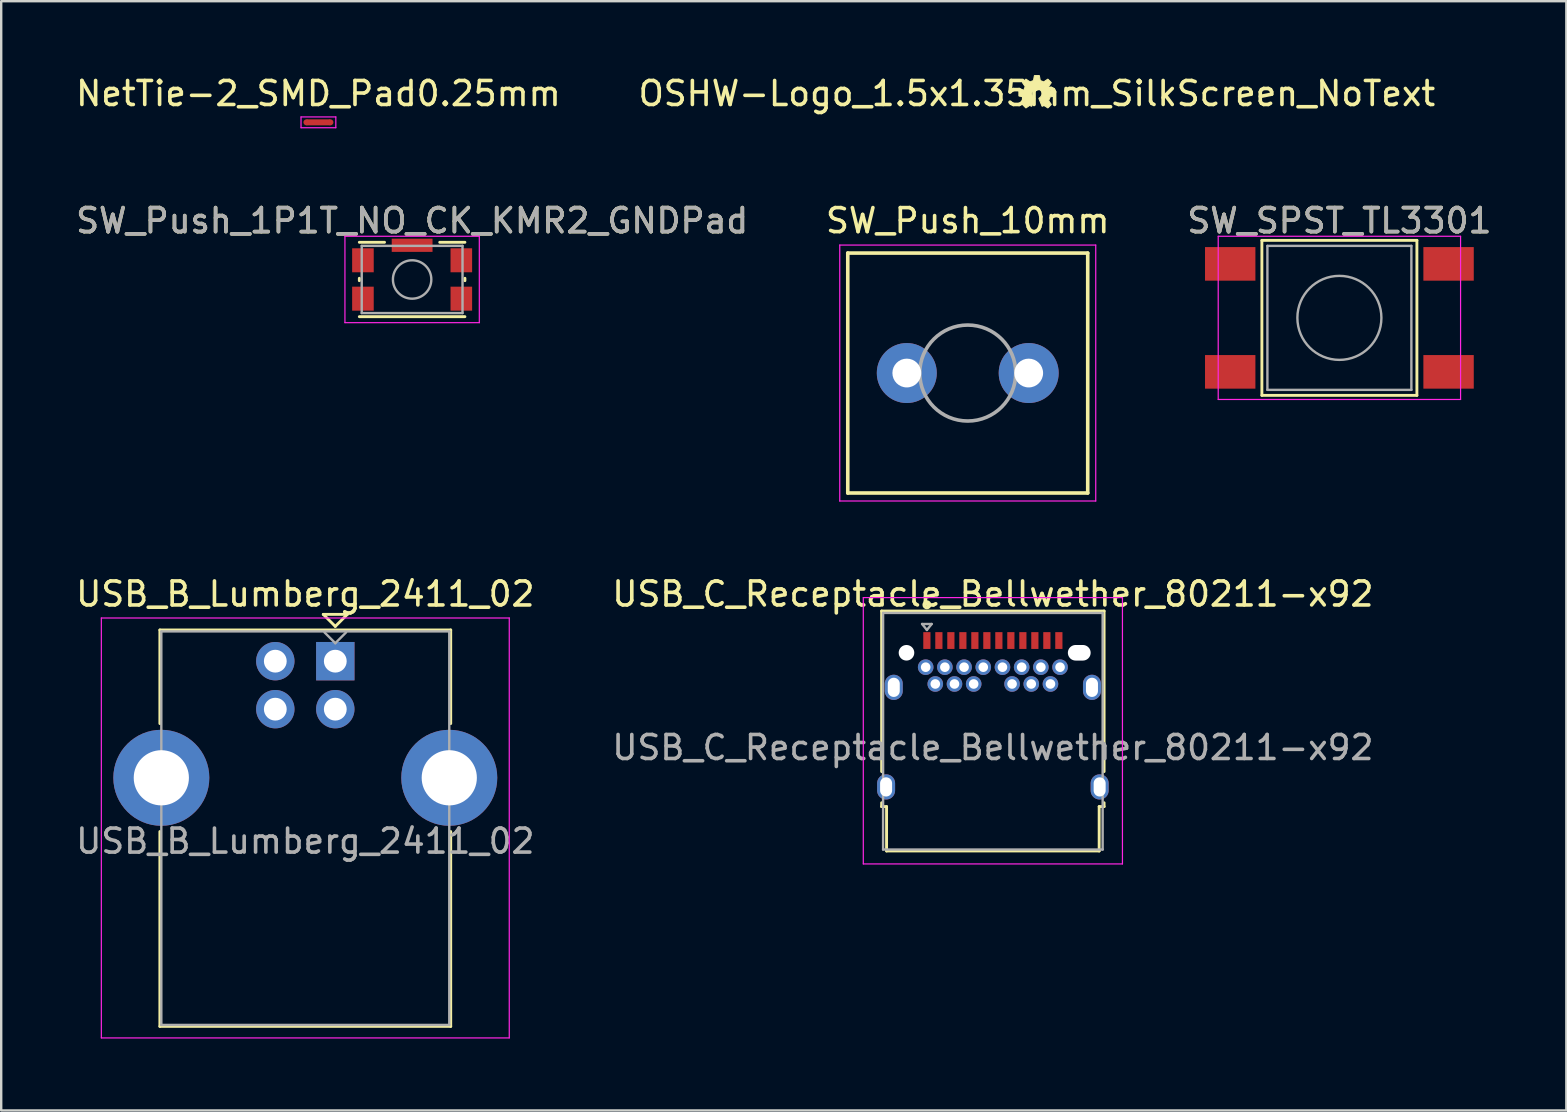
<source format=kicad_pcb>
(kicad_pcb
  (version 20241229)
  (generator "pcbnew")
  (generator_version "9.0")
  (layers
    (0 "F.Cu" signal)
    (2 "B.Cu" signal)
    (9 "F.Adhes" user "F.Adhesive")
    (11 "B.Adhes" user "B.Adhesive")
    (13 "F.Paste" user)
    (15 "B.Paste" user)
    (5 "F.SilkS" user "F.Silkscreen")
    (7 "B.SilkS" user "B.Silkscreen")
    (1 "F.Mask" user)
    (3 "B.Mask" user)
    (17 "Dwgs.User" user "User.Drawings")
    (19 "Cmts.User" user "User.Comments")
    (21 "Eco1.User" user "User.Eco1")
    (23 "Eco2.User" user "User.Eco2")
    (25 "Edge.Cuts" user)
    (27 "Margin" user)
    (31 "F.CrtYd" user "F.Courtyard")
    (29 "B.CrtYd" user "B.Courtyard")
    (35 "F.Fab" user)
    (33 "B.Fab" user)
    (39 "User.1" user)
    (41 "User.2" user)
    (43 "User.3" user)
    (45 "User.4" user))
  (footprint "USB_B_Lumberg_2411_02"
    (layer "F.Cu")
    (at 10.923 24.504)
    (property "Reference" "USB_B_Lumberg_2411_02" (at -1.25 -2.8 0) (layer "F.SilkS") (effects (font (size 1 1) (thickness 0.15))))
    (attr through_hole)
    (fp_line (start -7.31 -1.3) (end -7.31 2.6) (stroke (width 0.12) (type solid)) (layer "F.SilkS"))
    (fp_line (start -7.31 -1.3) (end 4.81 -1.3) (stroke (width 0.12) (type solid)) (layer "F.SilkS"))
    (fp_line (start -7.31 15.22) (end -7.31 7.1) (stroke (width 0.12) (type solid)) (layer "F.SilkS"))
    (fp_line (start -7.31 15.22) (end 4.81 15.22) (stroke (width 0.12) (type solid)) (layer "F.SilkS"))
    (fp_line (start -0.5 -1.95) (end 0 -1.45) (stroke (width 0.12) (type solid)) (layer "F.SilkS"))
    (fp_line (start 0 -1.45) (end 0.5 -1.95) (stroke (width 0.12) (type solid)) (layer "F.SilkS"))
    (fp_line (start 0.5 -1.95) (end -0.5 -1.95) (stroke (width 0.12) (type solid)) (layer "F.SilkS"))
    (fp_line (start 4.81 -1.3) (end 4.81 2.6) (stroke (width 0.12) (type solid)) (layer "F.SilkS"))
    (fp_line (start 4.81 15.22) (end 4.81 7.1) (stroke (width 0.12) (type solid)) (layer "F.SilkS"))
    (fp_line (start -9.75 -1.8) (end -9.75 15.7) (stroke (width 0.05) (type solid)) (layer "F.CrtYd"))
    (fp_line (start -9.75 15.7) (end 7.25 15.7) (stroke (width 0.05) (type solid)) (layer "F.CrtYd"))
    (fp_line (start 7.25 -1.8) (end -9.75 -1.8) (stroke (width 0.05) (type solid)) (layer "F.CrtYd"))
    (fp_line (start 7.25 15.7) (end 7.25 -1.8) (stroke (width 0.05) (type solid)) (layer "F.CrtYd"))
    (fp_line (start -7.25 -1.24) (end 4.75 -1.24) (stroke (width 0.1) (type solid)) (layer "F.Fab"))
    (fp_line (start -7.25 15.16) (end -7.25 -1.24) (stroke (width 0.1) (type solid)) (layer "F.Fab"))
    (fp_line (start -0.45 -1.2) (end 0 -0.75) (stroke (width 0.1) (type solid)) (layer "F.Fab"))
    (fp_line (start 0 -0.75) (end 0.45 -1.2) (stroke (width 0.1) (type solid)) (layer "F.Fab"))
    (fp_line (start 4.75 -1.24) (end 4.75 15.16) (stroke (width 0.1) (type solid)) (layer "F.Fab"))
    (fp_line (start 4.75 15.16) (end -7.25 15.16) (stroke (width 0.1) (type solid)) (layer "F.Fab"))
    (fp_text user "${REFERENCE}" (at -1.25 7.5 0) (layer "F.Fab") (effects (font (size 1 1) (thickness 0.15))))
    (pad "1" thru_hole rect (at 0 0) (size 1.6 1.6) (drill 0.95) (layers "*.Cu" "*.Mask"))
    (pad "2" thru_hole circle (at -2.5 0) (size 1.6 1.6) (drill 0.95) (layers "*.Cu" "*.Mask"))
    (pad "3" thru_hole circle (at -2.5 2) (size 1.6 1.6) (drill 0.95) (layers "*.Cu" "*.Mask"))
    (pad "4" thru_hole circle (at 0 2) (size 1.6 1.6) (drill 0.95) (layers "*.Cu" "*.Mask"))
    (pad "5" thru_hole circle (at -7.25 4.86) (size 4 4) (drill 2.3) (layers "*.Cu" "*.Mask"))
    (pad "5" thru_hole circle (at 4.75 4.86) (size 4 4) (drill 2.3) (layers "*.Cu" "*.Mask")))
  (footprint "OSHW-Logo_1.5x1.35mm_SilkScreen_NoText"
    (layer "F.Cu")
    (at 40.161 0.848)
    (property "Reference" "OSHW-Logo_1.5x1.35mm_SilkScreen_NoText" (at 0 0 0) (layer "F.SilkS") (effects (font (size 1 1) (thickness 0.15))))
    (attr exclude_from_pos_files exclude_from_bom)
    (fp_poly (pts (xy 0.742 -0.105) (xy 0.558 -0.139) (xy 0.547 -0.148) (xy 0.49 -0.28) (xy 0.491 -0.294) (xy 0.599 -0.451) (xy 0.597 -0.463) (xy 0.463 -0.597) (xy 0.451 -0.598) (xy 0.291 -0.489) (xy 0.277 -0.488) (xy 0.149 -0.54) (xy 0.14 -0.551) (xy 0.105 -0.742) (xy 0.095 -0.75) (xy -0.095 -0.75) (xy -0.105 -0.742) (xy -0.14 -0.551) (xy -0.149 -0.54) (xy -0.277 -0.488) (xy -0.291 -0.489) (xy -0.451 -0.598) (xy -0.463 -0.597) (xy -0.597 -0.463) (xy -0.599 -0.451) (xy -0.491 -0.294) (xy -0.49 -0.28) (xy -0.547 -0.148) (xy -0.558 -0.139) (xy -0.742 -0.105) (xy -0.75 -0.095) (xy -0.75 0.095) (xy -0.742 0.105) (xy -0.562 0.138) (xy -0.552 0.147) (xy -0.495 0.288) (xy -0.496 0.302) (xy -0.599 0.451) (xy -0.597 0.463) (xy -0.463 0.597) (xy -0.451 0.598) (xy -0.305 0.498) (xy -0.291 0.498) (xy -0.226 0.532) (xy -0.215 0.528) (xy -0.083 0.207) (xy -0.087 0.195) (xy -0.103 0.185) (xy -0.113 0.178) (xy -0.153 0.145) (xy -0.183 0.103) (xy -0.203 0.055) (xy -0.21 0.001) (xy -0.202 -0.055) (xy -0.181 -0.105) (xy -0.148 -0.147) (xy -0.106 -0.18) (xy -0.056 -0.201) (xy 0 -0.209) (xy 0.056 -0.201) (xy 0.106 -0.18) (xy 0.148 -0.147) (xy 0.181 -0.105) (xy 0.202 -0.055) (xy 0.21 0.001) (xy 0.203 0.055) (xy 0.183 0.103) (xy 0.153 0.145) (xy 0.113 0.178) (xy 0.103 0.185) (xy 0.087 0.195) (xy 0.083 0.207) (xy 0.215 0.528) (xy 0.226 0.532) (xy 0.291 0.498) (xy 0.305 0.498) (xy 0.451 0.598) (xy 0.463 0.597) (xy 0.597 0.463) (xy 0.599 0.451) (xy 0.496 0.302) (xy 0.495 0.288) (xy 0.552 0.147) (xy 0.562 0.138) (xy 0.742 0.105) (xy 0.75 0.095) (xy 0.75 -0.095) (xy 0.742 -0.105) (xy 0.742 -0.105)) (stroke (width 0.042) (type solid)) (fill yes) (layer "F.SilkS")))
  (footprint "NetTie-2_SMD_Pad0.25mm"
    (layer "F.Cu")
    (at 10.22 2.048)
    (property "Reference" "NetTie-2_SMD_Pad0.25mm" (at 0 -1.2 0) (layer "F.SilkS") (effects (font (size 1 1) (thickness 0.15))))
    (attr exclude_from_pos_files exclude_from_bom)
    (fp_poly (pts (xy -0.5 -0.125) (xy 0.5 -0.125) (xy 0.5 0.125) (xy -0.5 0.125)) (stroke (width 0) (type solid)) (fill yes) (layer "F.Cu"))
    (fp_line (start -0.725 -0.225) (end -0.725 0.225) (stroke (width 0.05) (type solid)) (layer "F.CrtYd"))
    (fp_line (start -0.725 0.225) (end 0.725 0.225) (stroke (width 0.05) (type solid)) (layer "F.CrtYd"))
    (fp_line (start 0.725 -0.225) (end -0.725 -0.225) (stroke (width 0.05) (type solid)) (layer "F.CrtYd"))
    (fp_line (start 0.725 0.225) (end 0.725 -0.225) (stroke (width 0.05) (type solid)) (layer "F.CrtYd"))
    (pad "1" smd circle (at -0.5 0) (size 0.25 0.25) (layers "F.Cu"))
    (pad "2" smd circle (at 0.5 0) (size 0.25 0.25) (layers "F.Cu")))
  (footprint "SW_Push_10mm"
    (layer "F.Cu")
    (at 37.28 12.496)
    (property "Reference" "SW_Push_10mm" (at 0 -6.35 0) (layer "F.SilkS") (effects (font (size 1 1) (thickness 0.15))))
    (attr through_hole)
    (fp_line (start -5 -5) (end 5 -5) (stroke (width 0.15) (type solid)) (layer "F.SilkS"))
    (fp_line (start -5 5) (end -5 -5) (stroke (width 0.15) (type solid)) (layer "F.SilkS"))
    (fp_line (start 5 -5) (end 5 5) (stroke (width 0.15) (type solid)) (layer "F.SilkS"))
    (fp_line (start 5 5) (end -5 5) (stroke (width 0.15) (type solid)) (layer "F.SilkS"))
    (fp_line (start -5.334 -5.334) (end 5.334 -5.334) (stroke (width 0.05) (type solid)) (layer "F.CrtYd"))
    (fp_line (start -5.334 5.334) (end -5.334 -5.334) (stroke (width 0.05) (type solid)) (layer "F.CrtYd"))
    (fp_line (start 5.334 -5.334) (end 5.334 5.334) (stroke (width 0.05) (type solid)) (layer "F.CrtYd"))
    (fp_line (start 5.334 5.334) (end -5.334 5.334) (stroke (width 0.05) (type solid)) (layer "F.CrtYd"))
    (fp_circle (center 0 0) (end 2 0) (stroke (width 0.15) (type solid)) (fill no) (layer "F.Fab"))
    (pad "1" thru_hole circle (at -2.54 0) (size 2.5 2.5) (drill 1.2) (layers "*.Cu" "*.Mask"))
    (pad "2" thru_hole circle (at 2.54 0) (size 2.5 2.5) (drill 1.2) (layers "*.Cu" "*.Mask")))
  (footprint "USB_C_Receptacle_Bellwether_80211-x92"
    (layer "F.Cu")
    (at 38.327 24.154)
    (property "Reference" "USB_C_Receptacle_Bellwether_80211-x92" (at 0 -2.45 0) (layer "F.SilkS") (effects (font (size 1 1) (thickness 0.15))))
    (attr through_hole)
    (fp_line (start -4.635 -1.74) (end -4.635 4.95) (stroke (width 0.12) (type solid)) (layer "F.SilkS"))
    (fp_line (start -4.635 -1.74) (end 4.635 -1.74) (stroke (width 0.12) (type solid)) (layer "F.SilkS"))
    (fp_line (start -4.635 6.41) (end -4.635 6.25) (stroke (width 0.12) (type solid)) (layer "F.SilkS"))
    (fp_line (start -4.43 6.41) (end -4.635 6.41) (stroke (width 0.12) (type solid)) (layer "F.SilkS"))
    (fp_line (start -4.43 8.26) (end -4.43 6.41) (stroke (width 0.12) (type solid)) (layer "F.SilkS"))
    (fp_line (start -4.43 8.26) (end 4.43 8.26) (stroke (width 0.12) (type solid)) (layer "F.SilkS"))
    (fp_line (start 4.43 6.41) (end 4.635 6.41) (stroke (width 0.12) (type solid)) (layer "F.SilkS"))
    (fp_line (start 4.43 8.26) (end 4.43 6.41) (stroke (width 0.12) (type solid)) (layer "F.SilkS"))
    (fp_line (start 4.635 -1.74) (end 4.635 4.95) (stroke (width 0.12) (type solid)) (layer "F.SilkS"))
    (fp_line (start 4.635 6.41) (end 4.635 6.25) (stroke (width 0.12) (type solid)) (layer "F.SilkS"))
    (fp_circle (center -2.75 -2) (end -2.638 -2) (stroke (width 0.15) (type solid)) (fill no) (layer "F.SilkS"))
    (fp_line (start -5.4 -2.3) (end 5.4 -2.3) (stroke (width 0.05) (type solid)) (layer "F.CrtYd"))
    (fp_line (start -5.4 8.8) (end -5.4 -2.3) (stroke (width 0.05) (type solid)) (layer "F.CrtYd"))
    (fp_line (start 5.4 -2.3) (end 5.4 8.8) (stroke (width 0.05) (type solid)) (layer "F.CrtYd"))
    (fp_line (start 5.4 8.8) (end -5.4 8.8) (stroke (width 0.05) (type solid)) (layer "F.CrtYd"))
    (fp_line (start -4.575 -1.66) (end 4.575 -1.66) (stroke (width 0.1) (type solid)) (layer "F.Fab"))
    (fp_line (start -4.575 8.2) (end -4.575 -1.66) (stroke (width 0.1) (type solid)) (layer "F.Fab"))
    (fp_line (start -4.575 8.2) (end 4.575 8.2) (stroke (width 0.1) (type solid)) (layer "F.Fab"))
    (fp_line (start -2.95 -1.2) (end -2.75 -0.95) (stroke (width 0.1) (type solid)) (layer "F.Fab"))
    (fp_line (start -2.75 -0.95) (end -2.55 -1.2) (stroke (width 0.1) (type solid)) (layer "F.Fab"))
    (fp_line (start -2.55 -1.2) (end -2.95 -1.2) (stroke (width 0.1) (type solid)) (layer "F.Fab"))
    (fp_line (start 4.575 8.2) (end 4.575 -1.66) (stroke (width 0.1) (type solid)) (layer "F.Fab"))
    (fp_text user "${REFERENCE}" (at 0 3.95 0) (layer "F.Fab") (effects (font (size 1 1) (thickness 0.15))))
    (pad "" np_thru_hole circle (at -3.6 0) (size 0.65 0.65) (drill 0.65) (layers "*.Cu" "*.Mask"))
    (pad "" thru_hole circle (at -2 0.6) (size 0.65 0.65) (drill 0.4) (layers "*.Cu" "*.Mask"))
    (pad "" thru_hole circle (at 2 0.6) (size 0.65 0.65) (drill 0.4) (layers "*.Cu" "*.Mask"))
    (pad "" np_thru_hole oval (at 3.6 0) (size 0.95 0.65) (drill oval 0.95 0.65) (layers "*.Cu" "*.Mask"))
    (pad "A1" smd rect (at -2.75 -0.51) (size 0.3 0.7) (layers "F.Cu" "F.Mask" "F.Paste"))
    (pad "A2" smd rect (at -2.25 -0.51) (size 0.3 0.7) (layers "F.Cu" "F.Mask" "F.Paste"))
    (pad "A3" smd rect (at -1.75 -0.51) (size 0.3 0.7) (layers "F.Cu" "F.Mask" "F.Paste"))
    (pad "A4" smd rect (at -1.25 -0.51) (size 0.3 0.7) (layers "F.Cu" "F.Mask" "F.Paste"))
    (pad "A5" smd rect (at -0.75 -0.51) (size 0.3 0.7) (layers "F.Cu" "F.Mask" "F.Paste"))
    (pad "A6" smd rect (at -0.25 -0.51) (size 0.3 0.7) (layers "F.Cu" "F.Mask" "F.Paste"))
    (pad "A7" smd rect (at 0.25 -0.51) (size 0.3 0.7) (layers "F.Cu" "F.Mask" "F.Paste"))
    (pad "A8" smd rect (at 0.75 -0.51) (size 0.3 0.7) (layers "F.Cu" "F.Mask" "F.Paste"))
    (pad "A9" smd rect (at 1.25 -0.51) (size 0.3 0.7) (layers "F.Cu" "F.Mask" "F.Paste"))
    (pad "A10" smd rect (at 1.75 -0.51) (size 0.3 0.7) (layers "F.Cu" "F.Mask" "F.Paste"))
    (pad "A11" smd rect (at 2.25 -0.51) (size 0.3 0.7) (layers "F.Cu" "F.Mask" "F.Paste"))
    (pad "A12" smd rect (at 2.75 -0.51) (size 0.3 0.7) (layers "F.Cu" "F.Mask" "F.Paste"))
    (pad "B1" thru_hole circle (at 2.8 0.6) (size 0.65 0.65) (drill 0.4) (layers "*.Cu" "*.Mask"))
    (pad "B2" thru_hole circle (at 2.4 1.3) (size 0.65 0.65) (drill 0.4) (layers "*.Cu" "*.Mask"))
    (pad "B3" thru_hole circle (at 1.6 1.3) (size 0.65 0.65) (drill 0.4) (layers "*.Cu" "*.Mask"))
    (pad "B4" thru_hole circle (at 1.2 0.6) (size 0.65 0.65) (drill 0.4) (layers "*.Cu" "*.Mask"))
    (pad "B5" thru_hole circle (at 0.8 1.3) (size 0.65 0.65) (drill 0.4) (layers "*.Cu" "*.Mask"))
    (pad "B6" thru_hole circle (at 0.4 0.6) (size 0.65 0.65) (drill 0.4) (layers "*.Cu" "*.Mask"))
    (pad "B7" thru_hole circle (at -0.4 0.6) (size 0.65 0.65) (drill 0.4) (layers "*.Cu" "*.Mask"))
    (pad "B8" thru_hole circle (at -0.8 1.3) (size 0.65 0.65) (drill 0.4) (layers "*.Cu" "*.Mask"))
    (pad "B9" thru_hole circle (at -1.2 0.6) (size 0.65 0.65) (drill 0.4) (layers "*.Cu" "*.Mask"))
    (pad "B10" thru_hole circle (at -1.6 1.3) (size 0.65 0.65) (drill 0.4) (layers "*.Cu" "*.Mask"))
    (pad "B11" thru_hole circle (at -2.4 1.3) (size 0.65 0.65) (drill 0.4) (layers "*.Cu" "*.Mask"))
    (pad "B12" thru_hole circle (at -2.8 0.6) (size 0.65 0.65) (drill 0.4) (layers "*.Cu" "*.Mask"))
    (pad "S1" thru_hole oval (at -4.45 5.59) (size 0.75 1.05) (drill oval 0.5 0.8) (layers "*.Cu" "*.Mask"))
    (pad "S1" thru_hole oval (at -4.13 1.44) (size 0.75 1.05) (drill oval 0.5 0.8) (layers "*.Cu" "*.Mask"))
    (pad "S1" thru_hole oval (at 4.13 1.44) (size 0.75 1.05) (drill oval 0.5 0.8) (layers "*.Cu" "*.Mask"))
    (pad "S1" thru_hole oval (at 4.45 5.59) (size 0.75 1.05) (drill oval 0.5 0.8) (layers "*.Cu" "*.Mask")))
  (footprint "SW_Push_1P1T_NO_CK_KMR2_GNDPad"
    (layer "F.Cu")
    (at 14.125 8.597)
    (property "Reference" "SW_Push_1P1T_NO_CK_KMR2_GNDPad" (at 0 -2.45 0) (layer "F.SilkS") (effects (font (size 1 1) (thickness 0.15))))
    (attr smd)
    (fp_line (start -2.2 0.05) (end -2.2 -0.05) (stroke (width 0.12) (type solid)) (layer "F.SilkS"))
    (fp_line (start -2.2 1.55) (end 2.2 1.55) (stroke (width 0.12) (type solid)) (layer "F.SilkS"))
    (fp_line (start -1.15 -1.55) (end -2.2 -1.55) (stroke (width 0.12) (type solid)) (layer "F.SilkS"))
    (fp_line (start 2.2 -1.55) (end 1.15 -1.55) (stroke (width 0.12) (type solid)) (layer "F.SilkS"))
    (fp_line (start 2.2 0.05) (end 2.2 -0.05) (stroke (width 0.12) (type solid)) (layer "F.SilkS"))
    (fp_line (start -2.8 -1.8) (end 2.8 -1.8) (stroke (width 0.05) (type solid)) (layer "F.CrtYd"))
    (fp_line (start -2.8 1.8) (end -2.8 -1.8) (stroke (width 0.05) (type solid)) (layer "F.CrtYd"))
    (fp_line (start 2.8 -1.8) (end 2.8 1.8) (stroke (width 0.05) (type solid)) (layer "F.CrtYd"))
    (fp_line (start 2.8 1.8) (end -2.8 1.8) (stroke (width 0.05) (type solid)) (layer "F.CrtYd"))
    (fp_line (start -2.1 -1.4) (end 2.1 -1.4) (stroke (width 0.1) (type solid)) (layer "F.Fab"))
    (fp_line (start -2.1 1.4) (end -2.1 -1.4) (stroke (width 0.1) (type solid)) (layer "F.Fab"))
    (fp_line (start 2.1 -1.4) (end 2.1 1.4) (stroke (width 0.1) (type solid)) (layer "F.Fab"))
    (fp_line (start 2.1 1.4) (end -2.1 1.4) (stroke (width 0.1) (type solid)) (layer "F.Fab"))
    (fp_circle (center 0 0) (end 0 0.8) (stroke (width 0.1) (type solid)) (fill no) (layer "F.Fab"))
    (fp_text user "${REFERENCE}" (at 0 -2.45 0) (layer "F.Fab") (effects (font (size 1 1) (thickness 0.15))))
    (pad "1" smd rect (at -2.05 -0.8 180) (size 0.9 1) (layers "F.Cu" "F.Mask" "F.Paste"))
    (pad "1" smd rect (at 2.05 -0.8 180) (size 0.9 1) (layers "F.Cu" "F.Mask" "F.Paste"))
    (pad "2" smd rect (at -2.05 0.8 180) (size 0.9 1) (layers "F.Cu" "F.Mask" "F.Paste"))
    (pad "2" smd rect (at 2.05 0.8 180) (size 0.9 1) (layers "F.Cu" "F.Mask" "F.Paste"))
    (pad "3" smd rect (at 0 -1.425) (size 1.7 0.55) (layers "F.Cu" "F.Mask" "F.Paste")))
  (footprint "SW_SPST_TL3301"
    (layer "F.Cu")
    (at 52.768 10.197)
    (property "Reference" "SW_SPST_TL3301" (at 0 -4.05 0) (layer "F.SilkS") (effects (font (size 1 1) (thickness 0.15))))
    (attr smd)
    (fp_line (start -3.23 -3.23) (end -3.23 3.23) (stroke (width 0.12) (type solid)) (layer "F.SilkS"))
    (fp_line (start -3.23 -3.23) (end 3.23 -3.23) (stroke (width 0.12) (type solid)) (layer "F.SilkS"))
    (fp_line (start -3.23 3.23) (end 3.23 3.23) (stroke (width 0.12) (type solid)) (layer "F.SilkS"))
    (fp_line (start 3.23 -3.23) (end 3.23 3.23) (stroke (width 0.12) (type solid)) (layer "F.SilkS"))
    (fp_line (start -5.05 -3.4) (end -5.05 3.4) (stroke (width 0.05) (type solid)) (layer "F.CrtYd"))
    (fp_line (start -5.05 -3.4) (end 5.05 -3.4) (stroke (width 0.05) (type solid)) (layer "F.CrtYd"))
    (fp_line (start -5.05 3.4) (end 5.05 3.4) (stroke (width 0.05) (type solid)) (layer "F.CrtYd"))
    (fp_line (start 5.05 3.4) (end 5.05 -3.4) (stroke (width 0.05) (type solid)) (layer "F.CrtYd"))
    (fp_line (start -3 -3) (end -3 3) (stroke (width 0.1) (type solid)) (layer "F.Fab"))
    (fp_line (start -3 3) (end 3 3) (stroke (width 0.1) (type solid)) (layer "F.Fab"))
    (fp_line (start 3 -3) (end -3 -3) (stroke (width 0.1) (type solid)) (layer "F.Fab"))
    (fp_line (start 3 3) (end 3 -3) (stroke (width 0.1) (type solid)) (layer "F.Fab"))
    (fp_circle (center 0 0) (end 1.75 -0.05) (stroke (width 0.1) (type solid)) (fill no) (layer "F.Fab"))
    (fp_text user "${REFERENCE}" (at 0 -4.05 0) (layer "F.Fab") (effects (font (size 1 1) (thickness 0.15))))
    (pad "1" smd rect (at -4.55 -2.25) (size 2.1 1.4) (layers "F.Cu" "F.Mask" "F.Paste"))
    (pad "1" smd rect (at 4.55 -2.25) (size 2.1 1.4) (layers "F.Cu" "F.Mask" "F.Paste"))
    (pad "2" smd rect (at -4.55 2.25) (size 2.1 1.4) (layers "F.Cu" "F.Mask" "F.Paste"))
    (pad "2" smd rect (at 4.55 2.25) (size 2.1 1.4) (layers "F.Cu" "F.Mask" "F.Paste")))
  (gr_rect
    (start -3 -3)
    (end 62.226 43.229)
    (stroke (width 0.1) (type default))
    (fill no)
    (layer "Edge.Cuts")))
</source>
